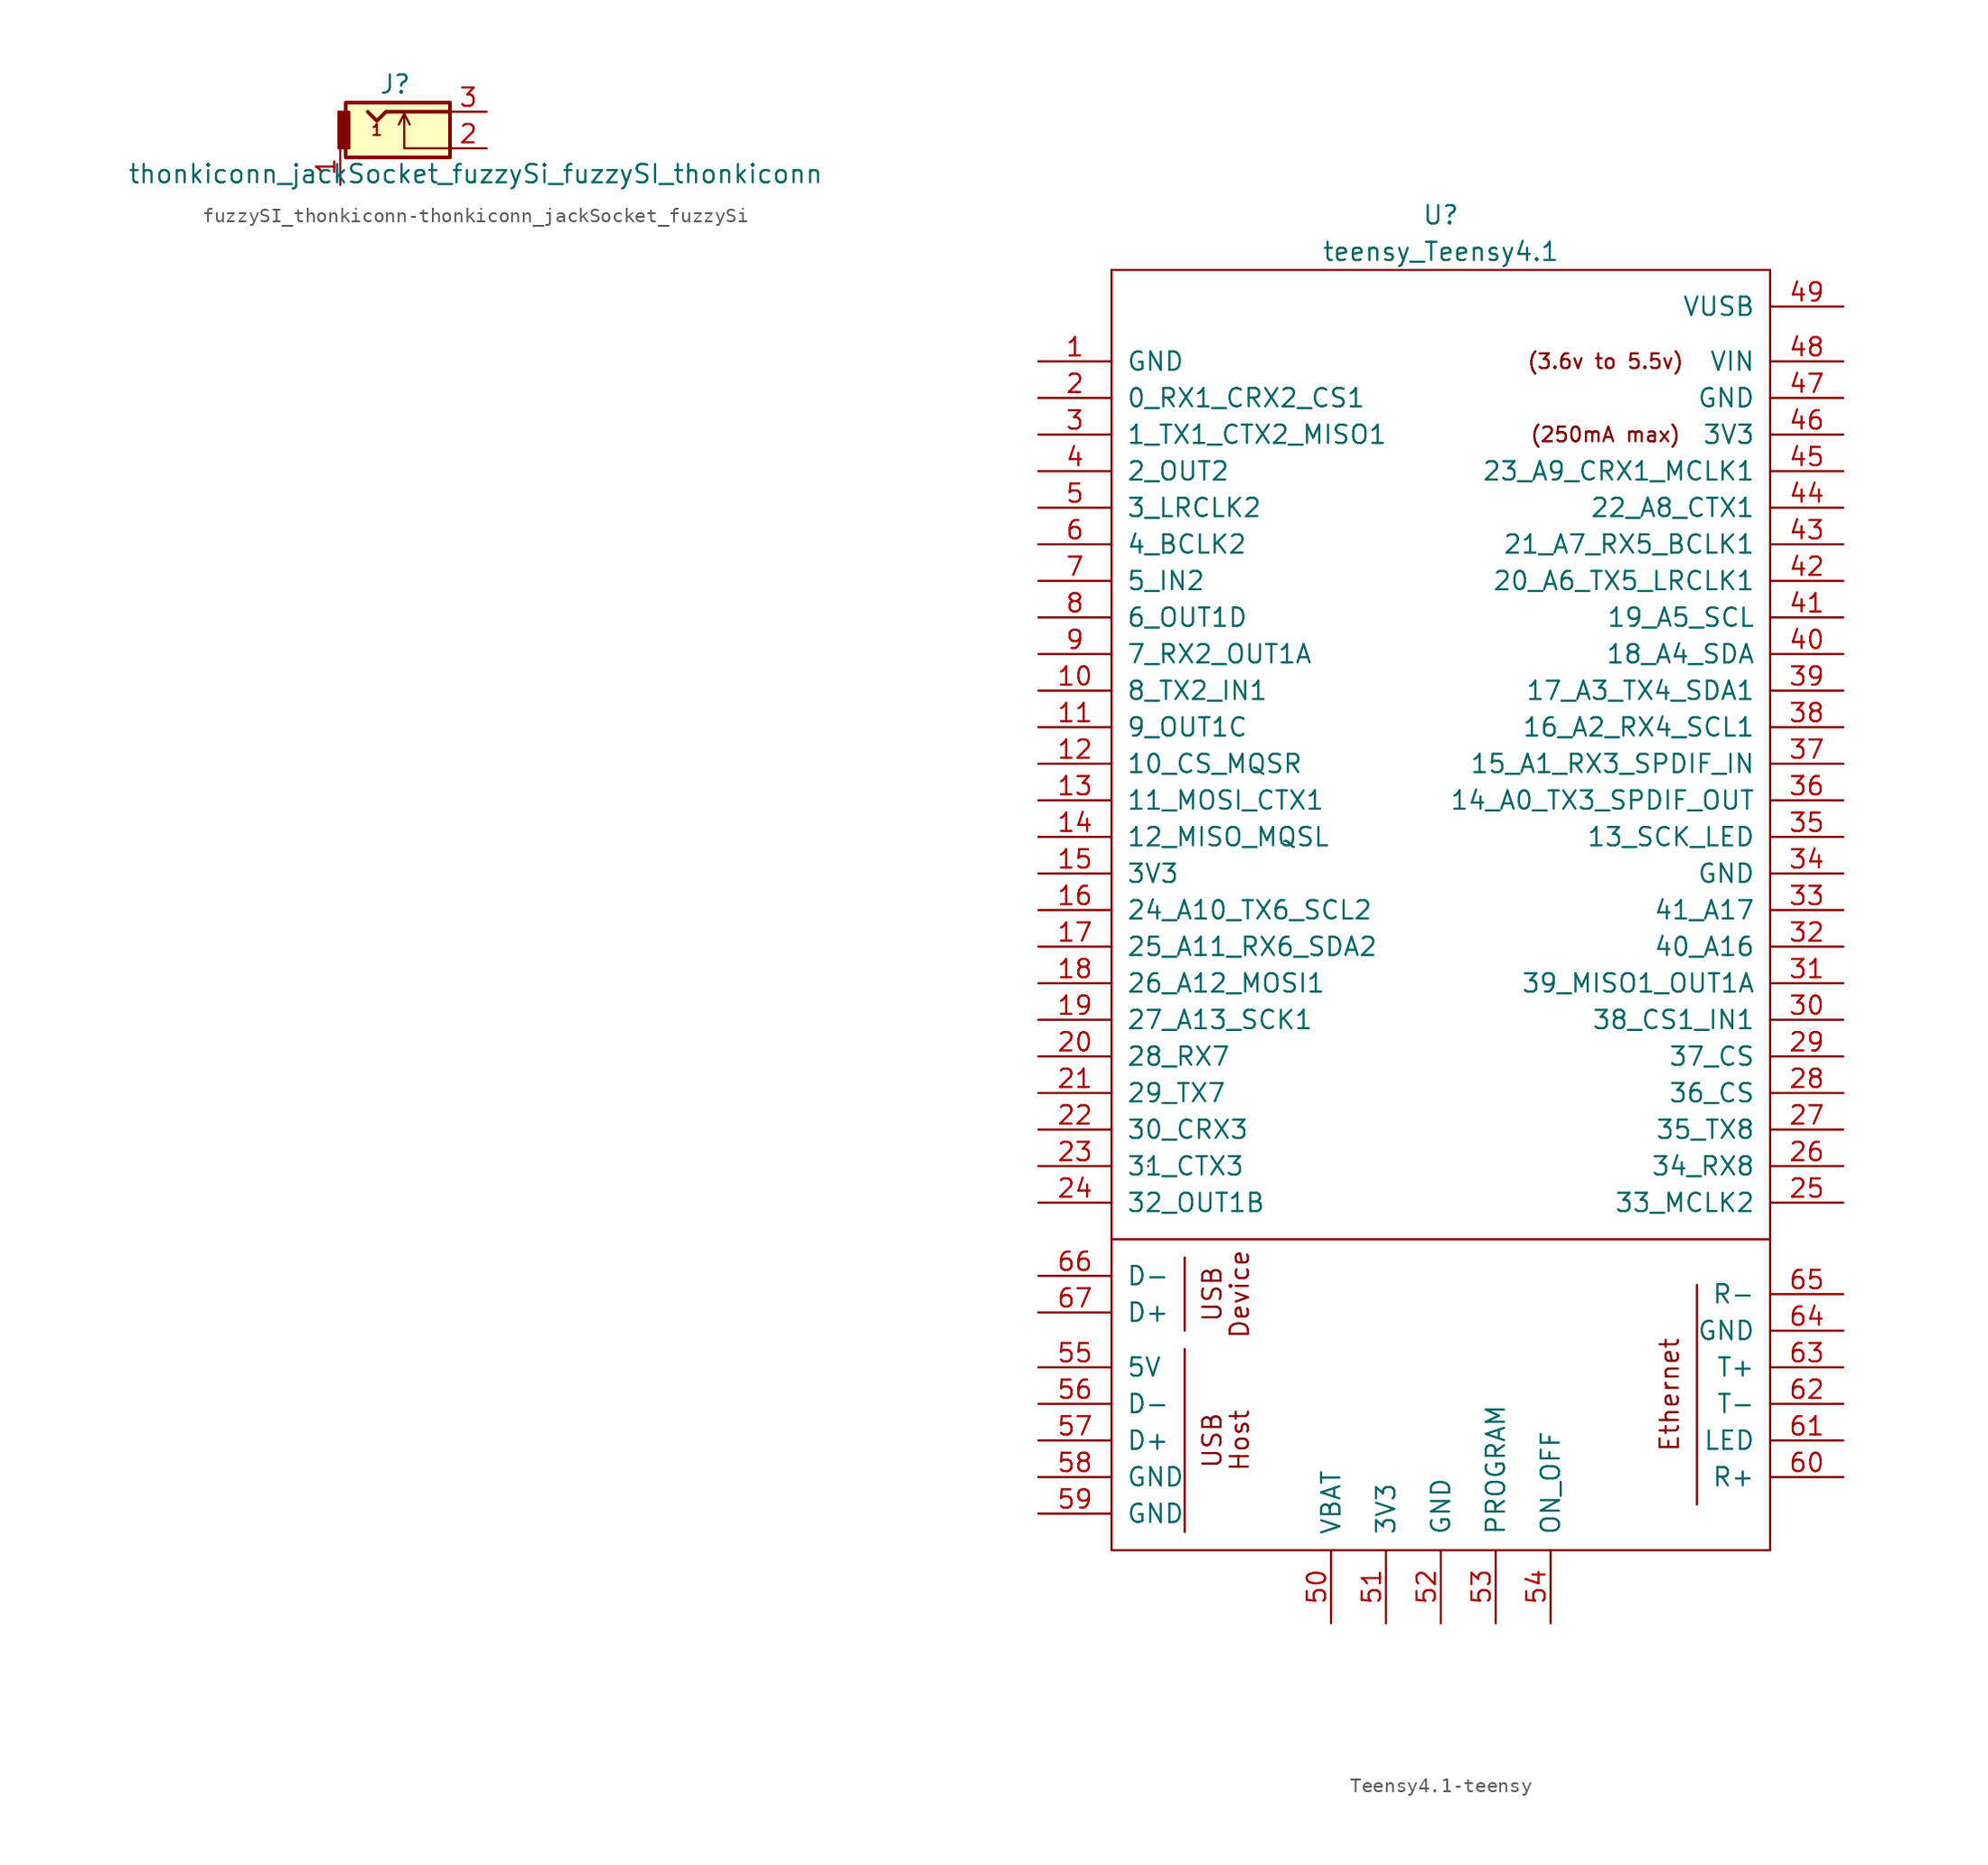
<source format=kicad_sym>
(kicad_symbol_lib
  (version 20220914)
  (generator kicad_symbol_editor)
  (symbol "fuzzySI_thonkiconn-thonkiconn_jackSocket_fuzzySi"
    (pin_names
      (offset 1.016))
    (property "Reference" "J"
      (at -1.27 4.445 0)
      (effects (font (size 1.27 1.27))))
    (property "Value" "thonkiconn_jackSocket_fuzzySi_fuzzySI_thonkiconn"
      (at 4.318 -1.778 0)
      (effects (font (size 1.27 1.27))))
    (symbol "fuzzySI_thonkiconn-thonkiconn_jackSocket_fuzzySi_0_0"
      (text "1" (at -2.54 1.27 0) (effects (font (size 0.762 0.762)))))
    (symbol "fuzzySI_thonkiconn-thonkiconn_jackSocket_fuzzySi_0_1"
      (rectangle (start -4.699 3.175) (end 2.54 -0.635) (stroke (width 0.254) (type solid)) (fill (type background)))
      (rectangle (start -4.445 0) (end -5.207 2.54) (stroke (width 0) (type solid)) (fill (type outline)))
      (polyline (pts (xy -0.635 2.413) (xy -0.254 1.651)) (stroke (width 0) (type solid)) (fill (type none)))
      (polyline (pts (xy 2.54 0) (xy -0.635 0) (xy -0.635 2.413) (xy -1.016 1.651)) (stroke (width 0) (type solid)) (fill (type none)))
      (polyline (pts (xy 2.54 2.54) (xy -1.905 2.54) (xy -2.54 1.905) (xy -3.175 2.54)) (stroke (width 0.254) (type solid)) (fill (type none))))
    (symbol "fuzzySI_thonkiconn-thonkiconn_jackSocket_fuzzySi_1_1"
      (pin passive line (at -5.08 -2.54 90) (length 2.54) (name "~" (effects (font (size 1.27 1.27)))) (number "1" (effects (font (size 1.27 1.27)))))
      (pin passive line (at 5.08 0 180) (length 2.54) (name "~" (effects (font (size 1.27 1.27)))) (number "2" (effects (font (size 1.27 1.27)))))
      (pin passive line (at 5.08 2.54 180) (length 2.54) (name "~" (effects (font (size 1.27 1.27)))) (number "3" (effects (font (size 1.27 1.27)))))))
  (symbol "Teensy4.1-teensy"
    (pin_names
      (offset 1.016))
    (property "Reference" "U"
      (at 0 64.77 0)
      (effects (font (size 1.27 1.27))))
    (property "Value" "teensy_Teensy4.1"
      (at 0 62.23 0)
      (effects (font (size 1.27 1.27))))
    (symbol "Teensy4.1-teensy_0_0"
      (polyline (pts (xy -22.86 -6.35) (xy 22.86 -6.35)) (stroke (width 0) (type solid)) (fill (type none)))
      (polyline (pts (xy -17.78 -26.67) (xy -17.78 -13.97)) (stroke (width 0) (type solid)) (fill (type none)))
      (polyline (pts (xy -17.78 -7.62) (xy -17.78 -12.7)) (stroke (width 0) (type solid)) (fill (type none)))
      (polyline (pts (xy 17.78 -9.525) (xy 17.78 -24.765)) (stroke (width 0) (type solid)) (fill (type none)))
      (text "(250mA max)" (at 11.43 49.53 0) (effects (font (size 1.016 1.016))))
      (text "(3.6v to 5.5v)" (at 11.43 54.61 0) (effects (font (size 1.016 1.016))))
      (text "Device" (at -13.97 -10.16 900) (effects (font (size 1.27 1.27))))
      (text "Ethernet" (at 15.875 -17.145 900) (effects (font (size 1.27 1.27))))
      (text "Host" (at -13.97 -20.32 900) (effects (font (size 1.27 1.27))))
      (text "USB" (at -15.875 -20.32 900) (effects (font (size 1.27 1.27))))
      (text "USB" (at -15.875 -10.16 900) (effects (font (size 1.27 1.27))))
      (pin bidirectional line (at -27.94 31.75 0) (length 5.08) (name "8_TX2_IN1" (effects (font (size 1.27 1.27)))) (number "10" (effects (font (size 1.27 1.27)))))
      (pin bidirectional line (at -27.94 29.21 0) (length 5.08) (name "9_OUT1C" (effects (font (size 1.27 1.27)))) (number "11" (effects (font (size 1.27 1.27)))))
      (pin bidirectional line (at -27.94 26.67 0) (length 5.08) (name "10_CS_MQSR" (effects (font (size 1.27 1.27)))) (number "12" (effects (font (size 1.27 1.27)))))
      (pin bidirectional line (at -27.94 24.13 0) (length 5.08) (name "11_MOSI_CTX1" (effects (font (size 1.27 1.27)))) (number "13" (effects (font (size 1.27 1.27)))))
      (pin bidirectional line (at -27.94 21.59 0) (length 5.08) (name "12_MISO_MQSL" (effects (font (size 1.27 1.27)))) (number "14" (effects (font (size 1.27 1.27)))))
      (pin power_in line (at -27.94 19.05 0) (length 5.08) (name "3V3" (effects (font (size 1.27 1.27)))) (number "15" (effects (font (size 1.27 1.27)))))
      (pin bidirectional line (at -27.94 16.51 0) (length 5.08) (name "24_A10_TX6_SCL2" (effects (font (size 1.27 1.27)))) (number "16" (effects (font (size 1.27 1.27)))))
      (pin bidirectional line (at -27.94 13.97 0) (length 5.08) (name "25_A11_RX6_SDA2" (effects (font (size 1.27 1.27)))) (number "17" (effects (font (size 1.27 1.27)))))
      (pin bidirectional line (at -27.94 11.43 0) (length 5.08) (name "26_A12_MOSI1" (effects (font (size 1.27 1.27)))) (number "18" (effects (font (size 1.27 1.27)))))
      (pin bidirectional line (at -27.94 8.89 0) (length 5.08) (name "27_A13_SCK1" (effects (font (size 1.27 1.27)))) (number "19" (effects (font (size 1.27 1.27)))))
      (pin bidirectional line (at -27.94 6.35 0) (length 5.08) (name "28_RX7" (effects (font (size 1.27 1.27)))) (number "20" (effects (font (size 1.27 1.27)))))
      (pin bidirectional line (at -27.94 3.81 0) (length 5.08) (name "29_TX7" (effects (font (size 1.27 1.27)))) (number "21" (effects (font (size 1.27 1.27)))))
      (pin bidirectional line (at -27.94 1.27 0) (length 5.08) (name "30_CRX3" (effects (font (size 1.27 1.27)))) (number "22" (effects (font (size 1.27 1.27)))))
      (pin bidirectional line (at -27.94 -1.27 0) (length 5.08) (name "31_CTX3" (effects (font (size 1.27 1.27)))) (number "23" (effects (font (size 1.27 1.27)))))
      (pin bidirectional line (at -27.94 -3.81 0) (length 5.08) (name "32_OUT1B" (effects (font (size 1.27 1.27)))) (number "24" (effects (font (size 1.27 1.27)))))
      (pin bidirectional line (at 27.94 -3.81 180) (length 5.08) (name "33_MCLK2" (effects (font (size 1.27 1.27)))) (number "25" (effects (font (size 1.27 1.27)))))
      (pin bidirectional line (at 27.94 -1.27 180) (length 5.08) (name "34_RX8" (effects (font (size 1.27 1.27)))) (number "26" (effects (font (size 1.27 1.27)))))
      (pin bidirectional line (at 27.94 1.27 180) (length 5.08) (name "35_TX8" (effects (font (size 1.27 1.27)))) (number "27" (effects (font (size 1.27 1.27)))))
      (pin bidirectional line (at 27.94 3.81 180) (length 5.08) (name "36_CS" (effects (font (size 1.27 1.27)))) (number "28" (effects (font (size 1.27 1.27)))))
      (pin bidirectional line (at 27.94 6.35 180) (length 5.08) (name "37_CS" (effects (font (size 1.27 1.27)))) (number "29" (effects (font (size 1.27 1.27)))))
      (pin bidirectional line (at 27.94 8.89 180) (length 5.08) (name "38_CS1_IN1" (effects (font (size 1.27 1.27)))) (number "30" (effects (font (size 1.27 1.27)))))
      (pin bidirectional line (at 27.94 11.43 180) (length 5.08) (name "39_MISO1_OUT1A" (effects (font (size 1.27 1.27)))) (number "31" (effects (font (size 1.27 1.27)))))
      (pin bidirectional line (at 27.94 13.97 180) (length 5.08) (name "40_A16" (effects (font (size 1.27 1.27)))) (number "32" (effects (font (size 1.27 1.27)))))
      (pin bidirectional line (at 27.94 16.51 180) (length 5.08) (name "41_A17" (effects (font (size 1.27 1.27)))) (number "33" (effects (font (size 1.27 1.27)))))
      (pin bidirectional line (at 27.94 21.59 180) (length 5.08) (name "13_SCK_LED" (effects (font (size 1.27 1.27)))) (number "35" (effects (font (size 1.27 1.27)))))
      (pin bidirectional line (at 27.94 24.13 180) (length 5.08) (name "14_A0_TX3_SPDIF_OUT" (effects (font (size 1.27 1.27)))) (number "36" (effects (font (size 1.27 1.27)))))
      (pin bidirectional line (at 27.94 26.67 180) (length 5.08) (name "15_A1_RX3_SPDIF_IN" (effects (font (size 1.27 1.27)))) (number "37" (effects (font (size 1.27 1.27)))))
      (pin bidirectional line (at 27.94 29.21 180) (length 5.08) (name "16_A2_RX4_SCL1" (effects (font (size 1.27 1.27)))) (number "38" (effects (font (size 1.27 1.27)))))
      (pin bidirectional line (at 27.94 31.75 180) (length 5.08) (name "17_A3_TX4_SDA1" (effects (font (size 1.27 1.27)))) (number "39" (effects (font (size 1.27 1.27)))))
      (pin bidirectional line (at 27.94 34.29 180) (length 5.08) (name "18_A4_SDA" (effects (font (size 1.27 1.27)))) (number "40" (effects (font (size 1.27 1.27)))))
      (pin bidirectional line (at 27.94 36.83 180) (length 5.08) (name "19_A5_SCL" (effects (font (size 1.27 1.27)))) (number "41" (effects (font (size 1.27 1.27)))))
      (pin bidirectional line (at 27.94 39.37 180) (length 5.08) (name "20_A6_TX5_LRCLK1" (effects (font (size 1.27 1.27)))) (number "42" (effects (font (size 1.27 1.27)))))
      (pin bidirectional line (at 27.94 41.91 180) (length 5.08) (name "21_A7_RX5_BCLK1" (effects (font (size 1.27 1.27)))) (number "43" (effects (font (size 1.27 1.27)))))
      (pin bidirectional line (at 27.94 44.45 180) (length 5.08) (name "22_A8_CTX1" (effects (font (size 1.27 1.27)))) (number "44" (effects (font (size 1.27 1.27)))))
      (pin bidirectional line (at 27.94 46.99 180) (length 5.08) (name "23_A9_CRX1_MCLK1" (effects (font (size 1.27 1.27)))) (number "45" (effects (font (size 1.27 1.27)))))
      (pin output line (at 27.94 49.53 180) (length 5.08) (name "3V3" (effects (font (size 1.27 1.27)))) (number "46" (effects (font (size 1.27 1.27)))))
      (pin output line (at 27.94 52.07 180) (length 5.08) (name "GND" (effects (font (size 1.27 1.27)))) (number "47" (effects (font (size 1.27 1.27)))))
      (pin power_in line (at 27.94 54.61 180) (length 5.08) (name "VIN" (effects (font (size 1.27 1.27)))) (number "48" (effects (font (size 1.27 1.27)))))
      (pin power_out line (at 27.94 58.42 180) (length 5.08) (name "VUSB" (effects (font (size 1.27 1.27)))) (number "49" (effects (font (size 1.27 1.27)))))
      (pin bidirectional line (at -27.94 44.45 0) (length 5.08) (name "3_LRCLK2" (effects (font (size 1.27 1.27)))) (number "5" (effects (font (size 1.27 1.27)))))
      (pin power_in line (at -7.62 -33.02 90) (length 5.08) (name "VBAT" (effects (font (size 1.27 1.27)))) (number "50" (effects (font (size 1.27 1.27)))))
      (pin power_in line (at -3.81 -33.02 90) (length 5.08) (name "3V3" (effects (font (size 1.27 1.27)))) (number "51" (effects (font (size 1.27 1.27)))))
      (pin input line (at 0 -33.02 90) (length 5.08) (name "GND" (effects (font (size 1.27 1.27)))) (number "52" (effects (font (size 1.27 1.27)))))
      (pin input line (at 3.81 -33.02 90) (length 5.08) (name "PROGRAM" (effects (font (size 1.27 1.27)))) (number "53" (effects (font (size 1.27 1.27)))))
      (pin input line (at 7.62 -33.02 90) (length 5.08) (name "ON_OFF" (effects (font (size 1.27 1.27)))) (number "54" (effects (font (size 1.27 1.27)))))
      (pin power_out line (at -27.94 -15.24 0) (length 5.08) (name "5V" (effects (font (size 1.27 1.27)))) (number "55" (effects (font (size 1.27 1.27)))))
      (pin bidirectional line (at -27.94 -17.78 0) (length 5.08) (name "D-" (effects (font (size 1.27 1.27)))) (number "56" (effects (font (size 1.27 1.27)))))
      (pin bidirectional line (at -27.94 -20.32 0) (length 5.08) (name "D+" (effects (font (size 1.27 1.27)))) (number "57" (effects (font (size 1.27 1.27)))))
      (pin power_in line (at -27.94 -22.86 0) (length 5.08) (name "GND" (effects (font (size 1.27 1.27)))) (number "58" (effects (font (size 1.27 1.27)))))
      (pin power_in line (at -27.94 -25.4 0) (length 5.08) (name "GND" (effects (font (size 1.27 1.27)))) (number "59" (effects (font (size 1.27 1.27)))))
      (pin bidirectional line (at -27.94 41.91 0) (length 5.08) (name "4_BCLK2" (effects (font (size 1.27 1.27)))) (number "6" (effects (font (size 1.27 1.27)))))
      (pin bidirectional line (at 27.94 -22.86 180) (length 5.08) (name "R+" (effects (font (size 1.27 1.27)))) (number "60" (effects (font (size 1.27 1.27)))))
      (pin bidirectional line (at 27.94 -20.32 180) (length 5.08) (name "LED" (effects (font (size 1.27 1.27)))) (number "61" (effects (font (size 1.27 1.27)))))
      (pin bidirectional line (at 27.94 -17.78 180) (length 5.08) (name "T-" (effects (font (size 1.27 1.27)))) (number "62" (effects (font (size 1.27 1.27)))))
      (pin bidirectional line (at 27.94 -15.24 180) (length 5.08) (name "T+" (effects (font (size 1.27 1.27)))) (number "63" (effects (font (size 1.27 1.27)))))
      (pin power_in line (at 27.94 -12.7 180) (length 5.08) (name "GND" (effects (font (size 1.27 1.27)))) (number "64" (effects (font (size 1.27 1.27)))))
      (pin bidirectional line (at 27.94 -10.16 180) (length 5.08) (name "R-" (effects (font (size 1.27 1.27)))) (number "65" (effects (font (size 1.27 1.27)))))
      (pin bidirectional line (at -27.94 -8.89 0) (length 5.08) (name "D-" (effects (font (size 1.27 1.27)))) (number "66" (effects (font (size 1.27 1.27)))))
      (pin bidirectional line (at -27.94 -11.43 0) (length 5.08) (name "D+" (effects (font (size 1.27 1.27)))) (number "67" (effects (font (size 1.27 1.27)))))
      (pin bidirectional line (at -27.94 39.37 0) (length 5.08) (name "5_IN2" (effects (font (size 1.27 1.27)))) (number "7" (effects (font (size 1.27 1.27)))))
      (pin bidirectional line (at -27.94 36.83 0) (length 5.08) (name "6_OUT1D" (effects (font (size 1.27 1.27)))) (number "8" (effects (font (size 1.27 1.27)))))
      (pin bidirectional line (at -27.94 34.29 0) (length 5.08) (name "7_RX2_OUT1A" (effects (font (size 1.27 1.27)))) (number "9" (effects (font (size 1.27 1.27))))))
    (symbol "Teensy4.1-teensy_0_1"
      (rectangle (start -22.86 60.96) (end 22.86 -27.94) (stroke (width 0) (type solid)) (fill (type none)))
      (rectangle (start -20.32 -1.27) (end -20.32 -1.27) (stroke (width 0) (type solid)) (fill (type none))))
    (symbol "Teensy4.1-teensy_1_1"
      (pin power_in line (at -27.94 54.61 0) (length 5.08) (name "GND" (effects (font (size 1.27 1.27)))) (number "1" (effects (font (size 1.27 1.27)))))
      (pin bidirectional line (at -27.94 52.07 0) (length 5.08) (name "0_RX1_CRX2_CS1" (effects (font (size 1.27 1.27)))) (number "2" (effects (font (size 1.27 1.27)))))
      (pin bidirectional line (at -27.94 49.53 0) (length 5.08) (name "1_TX1_CTX2_MISO1" (effects (font (size 1.27 1.27)))) (number "3" (effects (font (size 1.27 1.27)))))
      (pin power_in line (at 27.94 19.05 180) (length 5.08) (name "GND" (effects (font (size 1.27 1.27)))) (number "34" (effects (font (size 1.27 1.27)))))
      (pin bidirectional line (at -27.94 46.99 0) (length 5.08) (name "2_OUT2" (effects (font (size 1.27 1.27)))) (number "4" (effects (font (size 1.27 1.27))))))))
</source>
